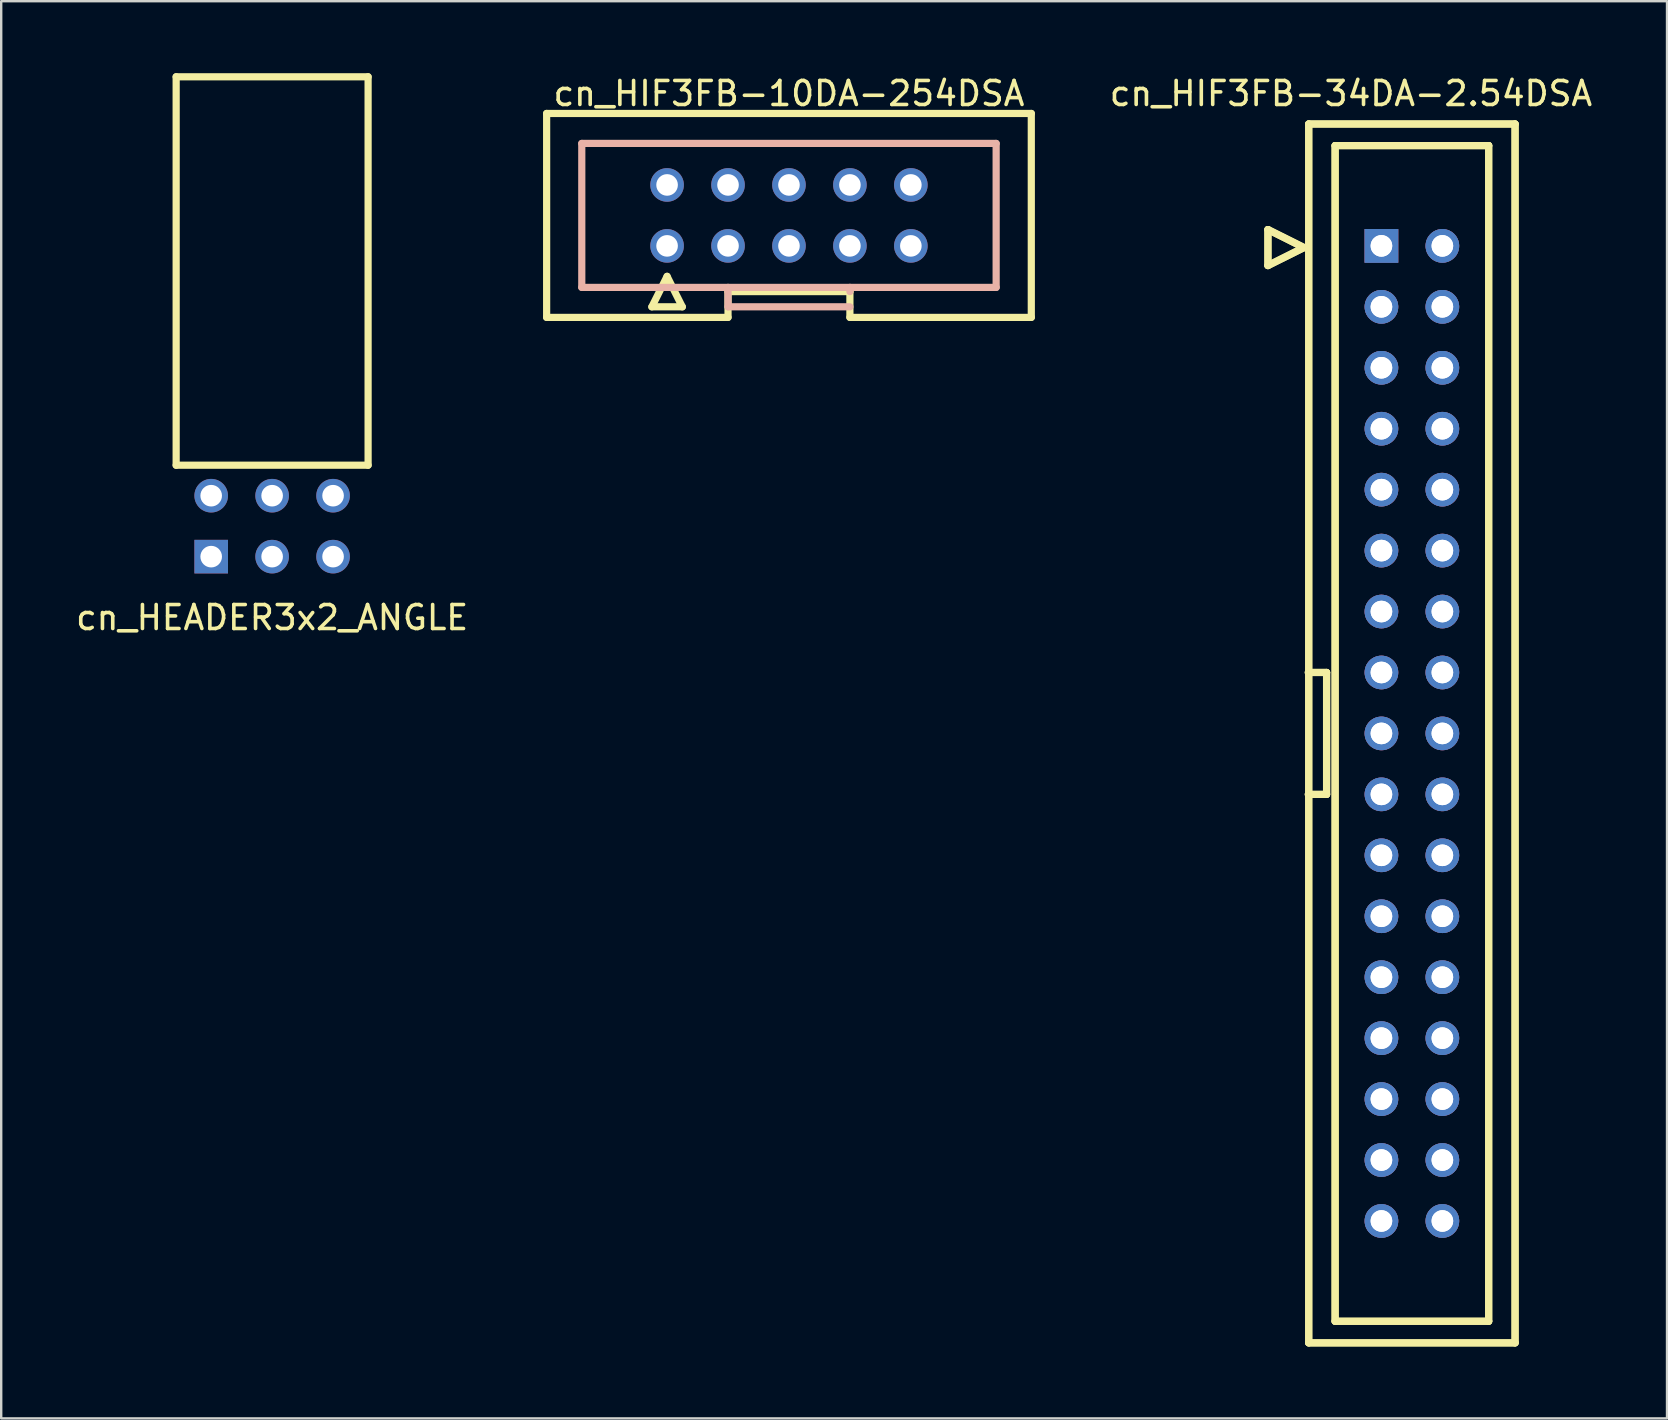
<source format=kicad_pcb>
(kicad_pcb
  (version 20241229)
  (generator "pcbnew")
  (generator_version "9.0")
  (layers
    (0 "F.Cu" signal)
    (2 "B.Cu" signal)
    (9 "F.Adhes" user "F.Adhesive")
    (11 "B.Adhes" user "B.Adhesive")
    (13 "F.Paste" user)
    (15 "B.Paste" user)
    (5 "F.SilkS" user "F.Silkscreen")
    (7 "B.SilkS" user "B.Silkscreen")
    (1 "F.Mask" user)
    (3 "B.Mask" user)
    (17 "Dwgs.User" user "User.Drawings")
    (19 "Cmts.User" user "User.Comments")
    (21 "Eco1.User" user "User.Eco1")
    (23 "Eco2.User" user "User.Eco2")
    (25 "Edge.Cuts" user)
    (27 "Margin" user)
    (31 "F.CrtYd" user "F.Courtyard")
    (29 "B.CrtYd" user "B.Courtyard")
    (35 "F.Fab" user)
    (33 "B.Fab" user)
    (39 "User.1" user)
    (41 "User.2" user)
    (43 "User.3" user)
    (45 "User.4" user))
  (footprint "cn_HEADER3x2_ANGLE"
    (layer "F.Cu")
    (at 8.292 20.15)
    (property "Reference" "cn_HEADER3x2_ANGLE" (at 0 2.54 0) (layer "F.SilkS") (effects (font (size 1 1) (thickness 0.15))))
    (attr through_hole)
    (fp_line (start -4 -20) (end 4 -20) (stroke (width 0.3) (type solid)) (layer "F.SilkS"))
    (fp_line (start -4 -3.81) (end -4 -20) (stroke (width 0.3) (type solid)) (layer "F.SilkS"))
    (fp_line (start -4 -3.81) (end 4 -3.81) (stroke (width 0.3) (type solid)) (layer "F.SilkS"))
    (fp_line (start 4 -3.81) (end 4 -20) (stroke (width 0.3) (type solid)) (layer "F.SilkS"))
    (pad "1" thru_hole rect (at -2.54 0) (size 1.4 1.4) (drill 0.9) (layers "*.Cu" "*.Mask"))
    (pad "2" thru_hole circle (at 0 0) (size 1.4 1.4) (drill 0.9) (layers "*.Cu" "*.Mask"))
    (pad "3" thru_hole circle (at 2.54 0) (size 1.4 1.4) (drill 0.9) (layers "*.Cu" "*.Mask"))
    (pad "4" thru_hole circle (at -2.54 -2.54) (size 1.4 1.4) (drill 0.9) (layers "*.Cu" "*.Mask"))
    (pad "5" thru_hole circle (at 0 -2.54) (size 1.4 1.4) (drill 0.9) (layers "*.Cu" "*.Mask"))
    (pad "6" thru_hole circle (at 2.54 -2.54) (size 1.4 1.4) (drill 0.9) (layers "*.Cu" "*.Mask")))
  (footprint "cn_HIF3FB-34DA-2.54DSA"
    (layer "F.Cu")
    (at 55.796 27.518)
    (property "Reference" "cn_HIF3FB-34DA-2.54DSA" (at -2.54 -26.67 0) (layer "F.SilkS") (effects (font (size 1 1) (thickness 0.15))))
    (attr through_hole)
    (fp_line (start -6 -21) (end -6 -19.5) (stroke (width 0.3) (type solid)) (layer "F.SilkS"))
    (fp_line (start -6 -21) (end -6 -19.5) (stroke (width 0.3) (type solid)) (layer "F.SilkS"))
    (fp_line (start -6 -19.5) (end -4.5 -20.25) (stroke (width 0.3) (type solid)) (layer "F.SilkS"))
    (fp_line (start -6 -19.5) (end -4.5 -20.25) (stroke (width 0.3) (type solid)) (layer "F.SilkS"))
    (fp_line (start -4.5 -20.25) (end -6 -21) (stroke (width 0.3) (type solid)) (layer "F.SilkS"))
    (fp_line (start -4.5 -20.25) (end -6 -21) (stroke (width 0.3) (type solid)) (layer "F.SilkS"))
    (fp_line (start -4.318 -2.54) (end -3.556 -2.54) (stroke (width 0.3) (type solid)) (layer "F.SilkS"))
    (fp_line (start -4.318 -2.54) (end -3.556 -2.54) (stroke (width 0.3) (type solid)) (layer "F.SilkS"))
    (fp_line (start -4.3 -25.4) (end -4.3 25.4) (stroke (width 0.3) (type solid)) (layer "F.SilkS"))
    (fp_line (start -4.3 -25.4) (end -4.3 25.4) (stroke (width 0.3) (type solid)) (layer "F.SilkS"))
    (fp_line (start -4.3 25.4) (end 4.3 25.4) (stroke (width 0.3) (type solid)) (layer "F.SilkS"))
    (fp_line (start -4.3 25.4) (end 4.3 25.4) (stroke (width 0.3) (type solid)) (layer "F.SilkS"))
    (fp_line (start -3.556 -2.54) (end -3.556 2.54) (stroke (width 0.3) (type solid)) (layer "F.SilkS"))
    (fp_line (start -3.556 -2.54) (end -3.556 2.54) (stroke (width 0.3) (type solid)) (layer "F.SilkS"))
    (fp_line (start -3.556 2.54) (end -4.318 2.54) (stroke (width 0.3) (type solid)) (layer "F.SilkS"))
    (fp_line (start -3.556 2.54) (end -4.318 2.54) (stroke (width 0.3) (type solid)) (layer "F.SilkS"))
    (fp_line (start -3.2 -24.5) (end -3.2 24.5) (stroke (width 0.3) (type solid)) (layer "F.SilkS"))
    (fp_line (start -3.2 -24.5) (end -3.2 24.5) (stroke (width 0.3) (type solid)) (layer "F.SilkS"))
    (fp_line (start -3.2 24.5) (end 3.2 24.5) (stroke (width 0.3) (type solid)) (layer "F.SilkS"))
    (fp_line (start -3.2 24.5) (end 3.2 24.5) (stroke (width 0.3) (type solid)) (layer "F.SilkS"))
    (fp_line (start 3.2 -24.5) (end -3.2 -24.5) (stroke (width 0.3) (type solid)) (layer "F.SilkS"))
    (fp_line (start 3.2 -24.5) (end -3.2 -24.5) (stroke (width 0.3) (type solid)) (layer "F.SilkS"))
    (fp_line (start 3.2 24.5) (end 3.2 -24.5) (stroke (width 0.3) (type solid)) (layer "F.SilkS"))
    (fp_line (start 3.2 24.5) (end 3.2 -24.5) (stroke (width 0.3) (type solid)) (layer "F.SilkS"))
    (fp_line (start 4.3 -25.4) (end -4.3 -25.4) (stroke (width 0.3) (type solid)) (layer "F.SilkS"))
    (fp_line (start 4.3 -25.4) (end -4.3 -25.4) (stroke (width 0.3) (type solid)) (layer "F.SilkS"))
    (fp_line (start 4.3 25.4) (end 4.3 -25.4) (stroke (width 0.3) (type solid)) (layer "F.SilkS"))
    (fp_line (start 4.3 25.4) (end 4.3 -25.4) (stroke (width 0.3) (type solid)) (layer "F.SilkS"))
    (pad "1" thru_hole rect (at -1.27 -20.32) (size 1.4 1.4) (drill 0.9) (layers "*.Cu" "*.Mask"))
    (pad "1" thru_hole rect (at -1.27 -20.32) (size 1.4 1.4) (drill 0.9) (layers "*.Cu" "*.Mask"))
    (pad "2" thru_hole circle (at 1.27 -20.32) (size 1.4 1.4) (drill 0.9) (layers "*.Cu" "*.Mask"))
    (pad "2" thru_hole circle (at 1.27 -20.32) (size 1.4 1.4) (drill 0.9) (layers "*.Cu" "*.Mask"))
    (pad "3" thru_hole circle (at -1.27 -17.78) (size 1.4 1.4) (drill 0.9) (layers "*.Cu" "*.Mask"))
    (pad "3" thru_hole circle (at -1.27 -17.78) (size 1.4 1.4) (drill 0.9) (layers "*.Cu" "*.Mask"))
    (pad "4" thru_hole circle (at 1.27 -17.78) (size 1.4 1.4) (drill 0.9) (layers "*.Cu" "*.Mask"))
    (pad "4" thru_hole circle (at 1.27 -17.78) (size 1.4 1.4) (drill 0.9) (layers "*.Cu" "*.Mask"))
    (pad "5" thru_hole circle (at -1.27 -15.24) (size 1.4 1.4) (drill 0.9) (layers "*.Cu" "*.Mask"))
    (pad "5" thru_hole circle (at -1.27 -15.24) (size 1.4 1.4) (drill 0.9) (layers "*.Cu" "*.Mask"))
    (pad "6" thru_hole circle (at 1.27 -15.24) (size 1.4 1.4) (drill 0.9) (layers "*.Cu" "*.Mask"))
    (pad "6" thru_hole circle (at 1.27 -15.24) (size 1.4 1.4) (drill 0.9) (layers "*.Cu" "*.Mask"))
    (pad "7" thru_hole circle (at -1.27 -12.7) (size 1.4 1.4) (drill 0.9) (layers "*.Cu" "*.Mask"))
    (pad "7" thru_hole circle (at -1.27 -12.7) (size 1.4 1.4) (drill 0.9) (layers "*.Cu" "*.Mask"))
    (pad "8" thru_hole circle (at 1.27 -12.7) (size 1.4 1.4) (drill 0.9) (layers "*.Cu" "*.Mask"))
    (pad "8" thru_hole circle (at 1.27 -12.7) (size 1.4 1.4) (drill 0.9) (layers "*.Cu" "*.Mask"))
    (pad "9" thru_hole circle (at -1.27 -10.16) (size 1.4 1.4) (drill 0.9) (layers "*.Cu" "*.Mask"))
    (pad "9" thru_hole circle (at -1.27 -10.16) (size 1.4 1.4) (drill 0.9) (layers "*.Cu" "*.Mask"))
    (pad "10" thru_hole circle (at 1.27 -10.16) (size 1.4 1.4) (drill 0.9) (layers "*.Cu" "*.Mask"))
    (pad "10" thru_hole circle (at 1.27 -10.16) (size 1.4 1.4) (drill 0.9) (layers "*.Cu" "*.Mask"))
    (pad "11" thru_hole circle (at -1.27 -7.62) (size 1.4 1.4) (drill 0.9) (layers "*.Cu" "*.Mask"))
    (pad "11" thru_hole circle (at -1.27 -7.62) (size 1.4 1.4) (drill 0.9) (layers "*.Cu" "*.Mask"))
    (pad "12" thru_hole circle (at 1.27 -7.62) (size 1.4 1.4) (drill 0.9) (layers "*.Cu" "*.Mask"))
    (pad "12" thru_hole circle (at 1.27 -7.62) (size 1.4 1.4) (drill 0.9) (layers "*.Cu" "*.Mask"))
    (pad "13" thru_hole circle (at -1.27 -5.08) (size 1.4 1.4) (drill 0.9) (layers "*.Cu" "*.Mask"))
    (pad "13" thru_hole circle (at -1.27 -5.08) (size 1.4 1.4) (drill 0.9) (layers "*.Cu" "*.Mask"))
    (pad "14" thru_hole circle (at 1.27 -5.08) (size 1.4 1.4) (drill 0.9) (layers "*.Cu" "*.Mask"))
    (pad "14" thru_hole circle (at 1.27 -5.08) (size 1.4 1.4) (drill 0.9) (layers "*.Cu" "*.Mask"))
    (pad "15" thru_hole circle (at -1.27 -2.54) (size 1.4 1.4) (drill 0.9) (layers "*.Cu" "*.Mask"))
    (pad "15" thru_hole circle (at -1.27 -2.54) (size 1.4 1.4) (drill 0.9) (layers "*.Cu" "*.Mask"))
    (pad "16" thru_hole circle (at 1.27 -2.54) (size 1.4 1.4) (drill 0.9) (layers "*.Cu" "*.Mask"))
    (pad "16" thru_hole circle (at 1.27 -2.54) (size 1.4 1.4) (drill 0.9) (layers "*.Cu" "*.Mask"))
    (pad "17" thru_hole circle (at -1.27 0) (size 1.4 1.4) (drill 0.9) (layers "*.Cu" "*.Mask"))
    (pad "17" thru_hole circle (at -1.27 0) (size 1.4 1.4) (drill 0.9) (layers "*.Cu" "*.Mask"))
    (pad "18" thru_hole circle (at 1.27 0) (size 1.4 1.4) (drill 0.9) (layers "*.Cu" "*.Mask"))
    (pad "18" thru_hole circle (at 1.27 0) (size 1.4 1.4) (drill 0.9) (layers "*.Cu" "*.Mask"))
    (pad "19" thru_hole circle (at -1.27 2.54) (size 1.4 1.4) (drill 0.9) (layers "*.Cu" "*.Mask"))
    (pad "19" thru_hole circle (at -1.27 2.54) (size 1.4 1.4) (drill 0.9) (layers "*.Cu" "*.Mask"))
    (pad "20" thru_hole circle (at 1.27 2.54) (size 1.4 1.4) (drill 0.9) (layers "*.Cu" "*.Mask"))
    (pad "20" thru_hole circle (at 1.27 2.54) (size 1.4 1.4) (drill 0.9) (layers "*.Cu" "*.Mask"))
    (pad "21" thru_hole circle (at -1.27 5.08) (size 1.4 1.4) (drill 0.9) (layers "*.Cu" "*.Mask"))
    (pad "21" thru_hole circle (at -1.27 5.08) (size 1.4 1.4) (drill 0.9) (layers "*.Cu" "*.Mask"))
    (pad "22" thru_hole circle (at 1.27 5.08) (size 1.4 1.4) (drill 0.9) (layers "*.Cu" "*.Mask"))
    (pad "22" thru_hole circle (at 1.27 5.08) (size 1.4 1.4) (drill 0.9) (layers "*.Cu" "*.Mask"))
    (pad "23" thru_hole circle (at -1.27 7.62) (size 1.4 1.4) (drill 0.9) (layers "*.Cu" "*.Mask"))
    (pad "23" thru_hole circle (at -1.27 7.62) (size 1.4 1.4) (drill 0.9) (layers "*.Cu" "*.Mask"))
    (pad "24" thru_hole circle (at 1.27 7.62) (size 1.4 1.4) (drill 0.9) (layers "*.Cu" "*.Mask"))
    (pad "24" thru_hole circle (at 1.27 7.62) (size 1.4 1.4) (drill 0.9) (layers "*.Cu" "*.Mask"))
    (pad "25" thru_hole circle (at -1.27 10.16) (size 1.4 1.4) (drill 0.9) (layers "*.Cu" "*.Mask"))
    (pad "25" thru_hole circle (at -1.27 10.16) (size 1.4 1.4) (drill 0.9) (layers "*.Cu" "*.Mask"))
    (pad "26" thru_hole circle (at 1.27 10.16) (size 1.4 1.4) (drill 0.9) (layers "*.Cu" "*.Mask"))
    (pad "26" thru_hole circle (at 1.27 10.16) (size 1.4 1.4) (drill 0.9) (layers "*.Cu" "*.Mask"))
    (pad "27" thru_hole circle (at -1.27 12.7) (size 1.4 1.4) (drill 0.9) (layers "*.Cu" "*.Mask"))
    (pad "27" thru_hole circle (at -1.27 12.7) (size 1.4 1.4) (drill 0.9) (layers "*.Cu" "*.Mask"))
    (pad "28" thru_hole circle (at 1.27 12.7) (size 1.4 1.4) (drill 0.9) (layers "*.Cu" "*.Mask"))
    (pad "28" thru_hole circle (at 1.27 12.7) (size 1.4 1.4) (drill 0.9) (layers "*.Cu" "*.Mask"))
    (pad "29" thru_hole circle (at -1.27 15.24) (size 1.4 1.4) (drill 0.9) (layers "*.Cu" "*.Mask"))
    (pad "29" thru_hole circle (at -1.27 15.24) (size 1.4 1.4) (drill 0.9) (layers "*.Cu" "*.Mask"))
    (pad "30" thru_hole circle (at 1.27 15.24) (size 1.4 1.4) (drill 0.9) (layers "*.Cu" "*.Mask"))
    (pad "30" thru_hole circle (at 1.27 15.24) (size 1.4 1.4) (drill 0.9) (layers "*.Cu" "*.Mask"))
    (pad "31" thru_hole circle (at -1.27 17.78) (size 1.4 1.4) (drill 0.9) (layers "*.Cu" "*.Mask"))
    (pad "31" thru_hole circle (at -1.27 17.78) (size 1.4 1.4) (drill 0.9) (layers "*.Cu" "*.Mask"))
    (pad "32" thru_hole circle (at 1.27 17.78) (size 1.4 1.4) (drill 0.9) (layers "*.Cu" "*.Mask"))
    (pad "32" thru_hole circle (at 1.27 17.78) (size 1.4 1.4) (drill 0.9) (layers "*.Cu" "*.Mask"))
    (pad "33" thru_hole circle (at -1.27 20.32) (size 1.4 1.4) (drill 0.9) (layers "*.Cu" "*.Mask"))
    (pad "33" thru_hole circle (at -1.27 20.32) (size 1.4 1.4) (drill 0.9) (layers "*.Cu" "*.Mask"))
    (pad "34" thru_hole circle (at 1.27 20.32) (size 1.4 1.4) (drill 0.9) (layers "*.Cu" "*.Mask"))
    (pad "34" thru_hole circle (at 1.27 20.32) (size 1.4 1.4) (drill 0.9) (layers "*.Cu" "*.Mask")))
  (footprint "cn_HIF3FB-10DA-254DSA"
    (layer "F.Cu")
    (at 29.833 5.928)
    (property "Reference" "cn_HIF3FB-10DA-254DSA" (at 0 -5.08 0) (layer "F.SilkS") (effects (font (size 1 1) (thickness 0.15))))
    (attr through_hole)
    (fp_line (start -10.1 -4.25) (end 10.1 -4.25) (stroke (width 0.3) (type solid)) (layer "F.SilkS"))
    (fp_line (start -10.1 4.25) (end -10.1 -4.25) (stroke (width 0.3) (type solid)) (layer "F.SilkS"))
    (fp_line (start -5.715 3.81) (end -4.445 3.81) (stroke (width 0.3) (type solid)) (layer "F.SilkS"))
    (fp_line (start -5.08 2.54) (end -5.715 3.81) (stroke (width 0.3) (type solid)) (layer "F.SilkS"))
    (fp_line (start -4.445 3.81) (end -5.08 2.54) (stroke (width 0.3) (type solid)) (layer "F.SilkS"))
    (fp_line (start -2.54 3.175) (end 2.54 3.175) (stroke (width 0.3) (type solid)) (layer "F.SilkS"))
    (fp_line (start -2.54 4.25) (end -10.1 4.25) (stroke (width 0.3) (type solid)) (layer "F.SilkS"))
    (fp_line (start -2.54 4.25) (end -2.54 3.175) (stroke (width 0.3) (type solid)) (layer "F.SilkS"))
    (fp_line (start 2.54 3.175) (end 2.54 4.25) (stroke (width 0.3) (type solid)) (layer "F.SilkS"))
    (fp_line (start 10.1 -4.25) (end 10.1 4.25) (stroke (width 0.3) (type solid)) (layer "F.SilkS"))
    (fp_line (start 10.1 4.25) (end 2.54 4.25) (stroke (width 0.3) (type solid)) (layer "F.SilkS"))
    (fp_line (start -8.635 -3) (end -8.635 3) (stroke (width 0.3) (type solid)) (layer "B.SilkS"))
    (fp_line (start -8.635 3) (end 8.635 3) (stroke (width 0.3) (type solid)) (layer "B.SilkS"))
    (fp_line (start -2.54 3) (end -2.54 3.81) (stroke (width 0.3) (type solid)) (layer "B.SilkS"))
    (fp_line (start -2.54 3.81) (end 2.54 3.81) (stroke (width 0.3) (type solid)) (layer "B.SilkS"))
    (fp_line (start 2.54 3) (end 2.54 3.175) (stroke (width 0.3) (type solid)) (layer "B.SilkS"))
    (fp_line (start 8.635 -3) (end -8.635 -3) (stroke (width 0.3) (type solid)) (layer "B.SilkS"))
    (fp_line (start 8.635 3) (end 8.635 -3) (stroke (width 0.3) (type solid)) (layer "B.SilkS"))
    (pad "1" thru_hole circle (at -5.08 1.27) (size 1.4 1.4) (drill 0.9) (layers "*.Cu" "*.Mask"))
    (pad "2" thru_hole circle (at -5.08 -1.27) (size 1.4 1.4) (drill 0.9) (layers "*.Cu" "*.Mask"))
    (pad "3" thru_hole circle (at -2.54 1.27) (size 1.4 1.4) (drill 0.9) (layers "*.Cu" "*.Mask"))
    (pad "4" thru_hole circle (at -2.54 -1.27) (size 1.4 1.4) (drill 0.9) (layers "*.Cu" "*.Mask"))
    (pad "5" thru_hole circle (at 0 1.27) (size 1.4 1.4) (drill 0.9) (layers "*.Cu" "*.Mask"))
    (pad "6" thru_hole circle (at 0 -1.27) (size 1.4 1.4) (drill 0.9) (layers "*.Cu" "*.Mask"))
    (pad "7" thru_hole circle (at 2.54 1.27) (size 1.4 1.4) (drill 0.9) (layers "*.Cu" "*.Mask"))
    (pad "8" thru_hole circle (at 2.54 -1.27) (size 1.4 1.4) (drill 0.9) (layers "*.Cu" "*.Mask"))
    (pad "9" thru_hole circle (at 5.08 1.27) (size 1.4 1.4) (drill 0.9) (layers "*.Cu" "*.Mask"))
    (pad "10" thru_hole circle (at 5.08 -1.27) (size 1.4 1.4) (drill 0.9) (layers "*.Cu" "*.Mask")))
  (gr_rect
    (start -3 -3)
    (end 66.429 56.068)
    (stroke (width 0.1) (type default))
    (fill no)
    (layer "Edge.Cuts")))
</source>
